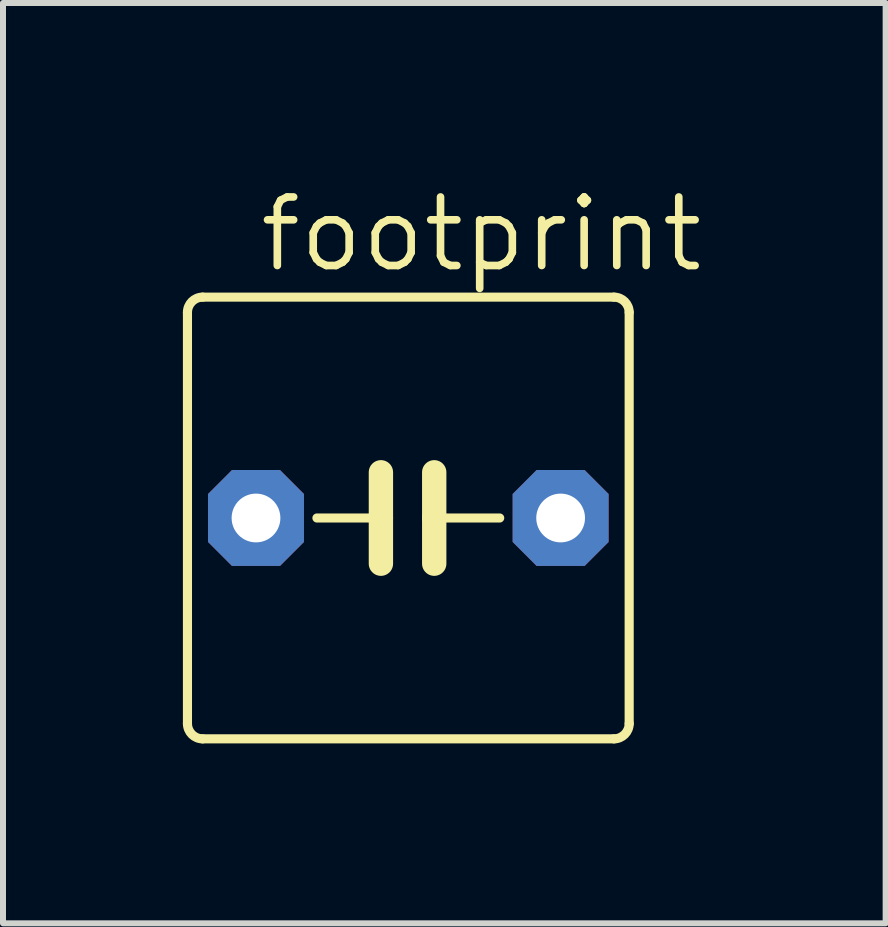
<source format=kicad_pcb>
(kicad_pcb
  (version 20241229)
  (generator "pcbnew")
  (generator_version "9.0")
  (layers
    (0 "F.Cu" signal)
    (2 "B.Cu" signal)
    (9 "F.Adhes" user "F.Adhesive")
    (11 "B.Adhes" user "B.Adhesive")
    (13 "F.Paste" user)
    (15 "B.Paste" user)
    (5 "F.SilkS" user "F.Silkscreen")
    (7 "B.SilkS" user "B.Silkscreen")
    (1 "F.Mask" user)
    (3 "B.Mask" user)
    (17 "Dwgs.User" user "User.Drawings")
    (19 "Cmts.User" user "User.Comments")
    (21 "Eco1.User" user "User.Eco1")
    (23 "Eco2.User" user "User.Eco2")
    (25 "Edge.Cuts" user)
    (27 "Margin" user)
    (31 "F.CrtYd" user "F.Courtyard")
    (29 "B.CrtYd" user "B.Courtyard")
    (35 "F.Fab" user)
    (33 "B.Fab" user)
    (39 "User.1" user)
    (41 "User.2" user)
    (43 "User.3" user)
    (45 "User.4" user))
  (footprint "footprint"
    (layer "F.Cu")
    (at 3.759 5.588)
    (property "Reference" "footprint" (at -2.54 -4.064 0) (layer "F.SilkS") (effects (font (size 1.143 1.143) (thickness 0.127)) (justify left bottom)))
    (fp_line (start -3.683 -3.429) (end -3.683 3.429) (stroke (width 0.152) (type solid)) (layer "F.SilkS"))
    (fp_line (start -3.429 3.683) (end 3.429 3.683) (stroke (width 0.152) (type solid)) (layer "F.SilkS"))
    (fp_line (start -1.524 0) (end -0.457 0) (stroke (width 0.152) (type solid)) (layer "F.SilkS"))
    (fp_line (start -0.457 0) (end -0.457 -0.762) (stroke (width 0.406) (type solid)) (layer "F.SilkS"))
    (fp_line (start -0.457 0) (end -0.457 0.762) (stroke (width 0.406) (type solid)) (layer "F.SilkS"))
    (fp_line (start 0.432 -0.762) (end 0.432 0) (stroke (width 0.406) (type solid)) (layer "F.SilkS"))
    (fp_line (start 0.432 0) (end 0.432 0.762) (stroke (width 0.406) (type solid)) (layer "F.SilkS"))
    (fp_line (start 0.432 0) (end 1.524 0) (stroke (width 0.152) (type solid)) (layer "F.SilkS"))
    (fp_line (start 3.429 -3.683) (end -3.429 -3.683) (stroke (width 0.152) (type solid)) (layer "F.SilkS"))
    (fp_line (start 3.683 3.429) (end 3.683 -3.429) (stroke (width 0.152) (type solid)) (layer "F.SilkS"))
    (fp_arc (start -3.683 -3.429) (mid -3.608605 -3.608605) (end -3.429 -3.683) (stroke (width 0.1524) (type solid)) (layer "F.SilkS"))
    (fp_arc (start -3.429 3.683) (mid -3.608605 3.608605) (end -3.683 3.429) (stroke (width 0.1524) (type solid)) (layer "F.SilkS"))
    (fp_arc (start 3.429 -3.683) (mid 3.608605 -3.608605) (end 3.683 -3.429) (stroke (width 0.1524) (type solid)) (layer "F.SilkS"))
    (fp_arc (start 3.683 3.429) (mid 3.608605 3.608605) (end 3.429 3.683) (stroke (width 0.1524) (type solid)) (layer "F.SilkS"))
    (pad "1" thru_hole roundrect (at -2.54 0) (size 1.6 1.6) (drill 0.813) (layers "*.Cu" "*.Mask") (roundrect_rratio 0.25) (chamfer_ratio 0.25) (chamfer top_left top_right bottom_left bottom_right))
    (pad "2" thru_hole roundrect (at 2.54 0) (size 1.6 1.6) (drill 0.813) (layers "*.Cu" "*.Mask") (roundrect_rratio 0.25) (chamfer_ratio 0.25) (chamfer top_left top_right bottom_left bottom_right)))
  (gr_rect
    (start -3 -3)
    (end 11.719 12.347)
    (stroke (width 0.1) (type default))
    (fill no)
    (layer "Edge.Cuts")))
</source>
